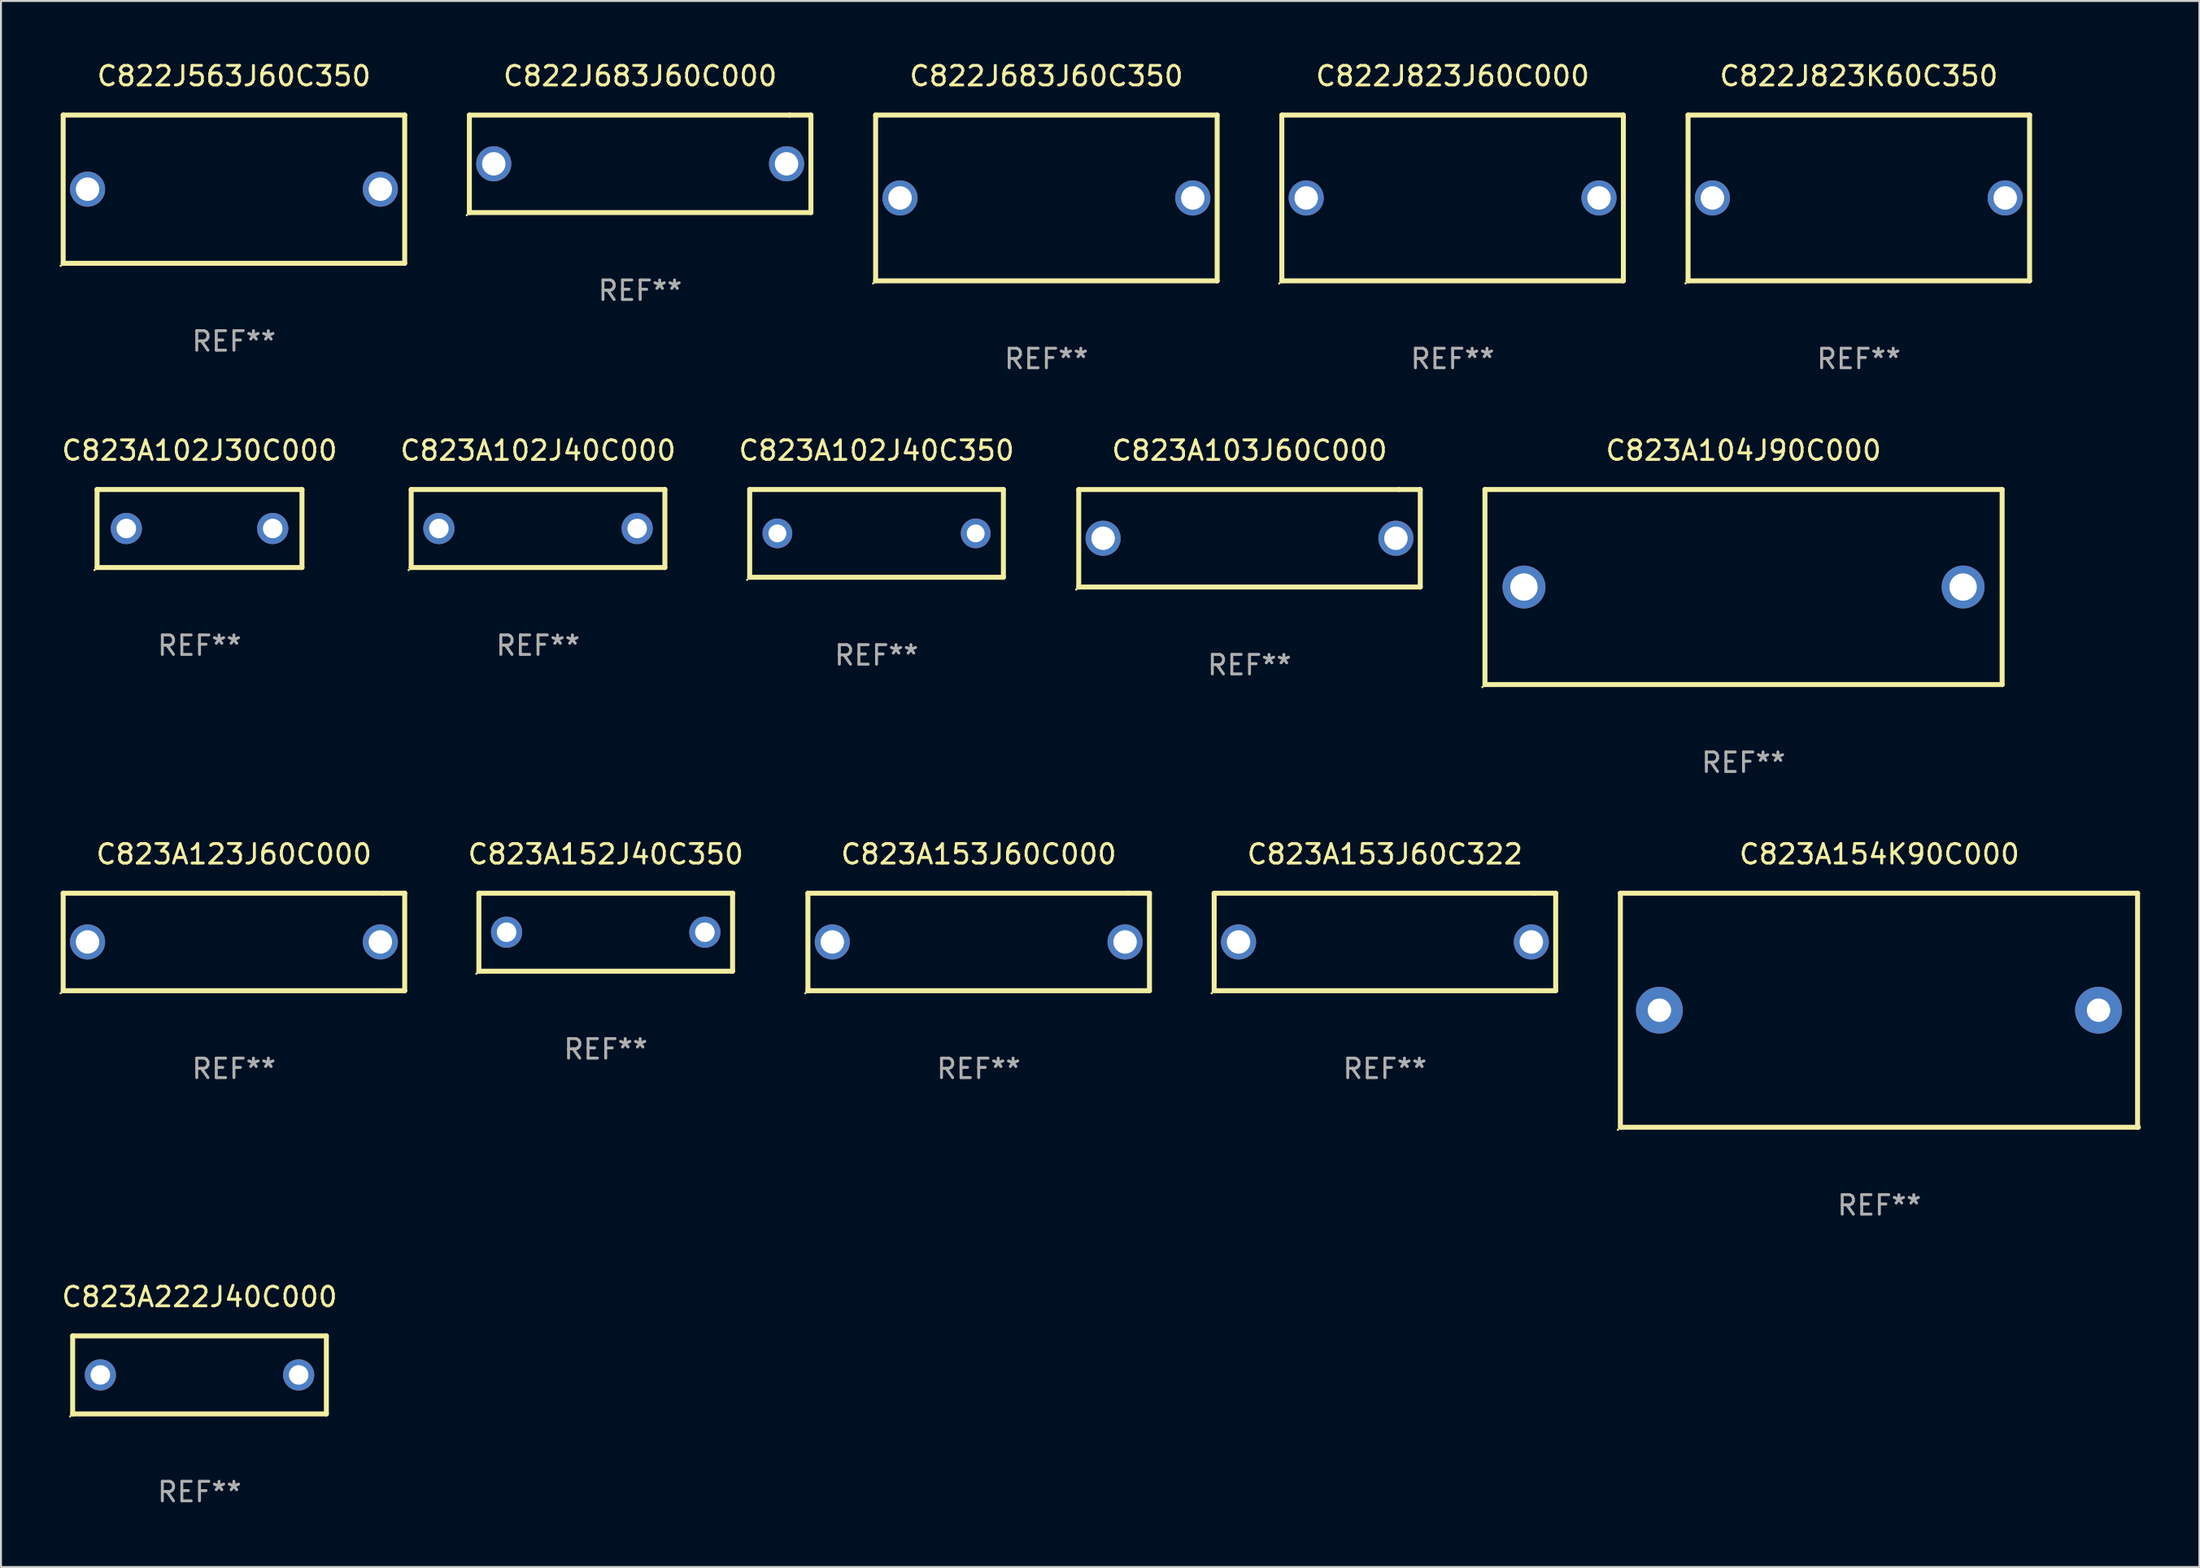
<source format=kicad_pcb>
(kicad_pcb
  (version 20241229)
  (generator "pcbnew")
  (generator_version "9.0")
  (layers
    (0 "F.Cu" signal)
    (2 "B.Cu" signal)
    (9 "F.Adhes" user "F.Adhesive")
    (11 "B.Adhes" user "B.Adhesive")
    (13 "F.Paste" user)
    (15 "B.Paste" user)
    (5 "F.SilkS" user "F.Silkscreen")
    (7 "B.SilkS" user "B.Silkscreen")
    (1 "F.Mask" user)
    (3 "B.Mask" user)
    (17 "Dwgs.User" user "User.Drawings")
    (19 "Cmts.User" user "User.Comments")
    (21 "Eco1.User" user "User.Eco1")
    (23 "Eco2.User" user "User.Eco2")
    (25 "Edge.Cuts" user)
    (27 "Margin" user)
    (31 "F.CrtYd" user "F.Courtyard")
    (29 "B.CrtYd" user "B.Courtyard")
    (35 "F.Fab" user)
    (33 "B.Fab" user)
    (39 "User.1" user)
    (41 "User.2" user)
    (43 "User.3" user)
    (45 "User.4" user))
  (footprint "C823A153J60C322"
    (layer "F.Cu")
    (at 67.912 45.241)
    (property "Reference" "C823A153J60C322" (at 0 -4.5 0) (layer "F.SilkS") (effects (font (size 1 1) (thickness 0.15))))
    (attr through_hole)
    (fp_line (start -8.75 -2.499) (end 7.653 -2.499) (stroke (width 0.254) (type solid)) (layer "F.SilkS"))
    (fp_line (start -8.75 2.5) (end -8.75 -2.5) (stroke (width 0.254) (type solid)) (layer "F.SilkS"))
    (fp_line (start 7.653 -2.499) (end 8.75 -2.499) (stroke (width 0.254) (type solid)) (layer "F.SilkS"))
    (fp_line (start 8.75 -2.5) (end 8.75 2.5) (stroke (width 0.254) (type solid)) (layer "F.SilkS"))
    (fp_line (start 8.75 2.5) (end -8.75 2.5) (stroke (width 0.254) (type solid)) (layer "F.SilkS"))
    (fp_circle (center -8.877 2.627) (end -8.847 2.627) (stroke (width 0.06) (type solid)) (fill no) (layer "F.SilkS"))
    (fp_text user "REF**" (at 0 6.5 0) (layer "F.Fab") (effects (font (size 1 1) (thickness 0.15))))
    (pad "1" thru_hole circle (at -7.501 0) (size 1.8 1.8) (drill 1.2) (layers "*.Cu" "*.Mask"))
    (pad "2" thru_hole circle (at 7.501 0) (size 1.8 1.8) (drill 1.2) (layers "*.Cu" "*.Mask")))
  (footprint "C823A102J40C000"
    (layer "F.Cu")
    (at 24.518 24.045)
    (property "Reference" "C823A102J40C000" (at 0 -4 0) (layer "F.SilkS") (effects (font (size 1 1) (thickness 0.15))))
    (attr through_hole)
    (fp_line (start -6.5 -2) (end 6.5 -2) (stroke (width 0.254) (type solid)) (layer "F.SilkS"))
    (fp_line (start -6.5 2) (end -6.5 -2) (stroke (width 0.254) (type solid)) (layer "F.SilkS"))
    (fp_line (start 6.5 -2) (end 6.5 2) (stroke (width 0.254) (type solid)) (layer "F.SilkS"))
    (fp_line (start 6.5 2) (end -6.5 2) (stroke (width 0.254) (type solid)) (layer "F.SilkS"))
    (fp_circle (center -6.627 2.127) (end -6.597 2.127) (stroke (width 0.06) (type solid)) (fill no) (layer "F.SilkS"))
    (fp_text user "REF**" (at 0 6 0) (layer "F.Fab") (effects (font (size 1 1) (thickness 0.15))))
    (pad "1" thru_hole circle (at -5.08 0) (size 1.6 1.6) (drill 1) (layers "*.Cu" "*.Mask"))
    (pad "2" thru_hole circle (at 5.08 0) (size 1.6 1.6) (drill 1) (layers "*.Cu" "*.Mask")))
  (footprint "C823A123J60C000"
    (layer "F.Cu")
    (at 8.937 45.241)
    (property "Reference" "C823A123J60C000" (at 0 -4.5 0) (layer "F.SilkS") (effects (font (size 1 1) (thickness 0.15))))
    (attr through_hole)
    (fp_line (start -8.75 -2.499) (end 7.653 -2.499) (stroke (width 0.254) (type solid)) (layer "F.SilkS"))
    (fp_line (start -8.75 2.5) (end -8.75 -2.5) (stroke (width 0.254) (type solid)) (layer "F.SilkS"))
    (fp_line (start 7.653 -2.499) (end 8.75 -2.499) (stroke (width 0.254) (type solid)) (layer "F.SilkS"))
    (fp_line (start 8.75 -2.5) (end 8.75 2.5) (stroke (width 0.254) (type solid)) (layer "F.SilkS"))
    (fp_line (start 8.75 2.5) (end -8.75 2.5) (stroke (width 0.254) (type solid)) (layer "F.SilkS"))
    (fp_circle (center -8.877 2.627) (end -8.847 2.627) (stroke (width 0.06) (type solid)) (fill no) (layer "F.SilkS"))
    (fp_text user "REF**" (at 0 6.5 0) (layer "F.Fab") (effects (font (size 1 1) (thickness 0.15))))
    (pad "1" thru_hole circle (at -7.501 0) (size 1.8 1.8) (drill 1.2) (layers "*.Cu" "*.Mask"))
    (pad "2" thru_hole circle (at 7.501 0) (size 1.8 1.8) (drill 1.2) (layers "*.Cu" "*.Mask")))
  (footprint "C823A222J40C000"
    (layer "F.Cu")
    (at 7.173 67.438)
    (property "Reference" "C823A222J40C000" (at 0 -4 0) (layer "F.SilkS") (effects (font (size 1 1) (thickness 0.15))))
    (attr through_hole)
    (fp_line (start -6.5 -2) (end 6.5 -2) (stroke (width 0.254) (type solid)) (layer "F.SilkS"))
    (fp_line (start -6.5 2) (end -6.5 -2) (stroke (width 0.254) (type solid)) (layer "F.SilkS"))
    (fp_line (start 6.5 -2) (end 6.5 2) (stroke (width 0.254) (type solid)) (layer "F.SilkS"))
    (fp_line (start 6.5 2) (end -6.5 2) (stroke (width 0.254) (type solid)) (layer "F.SilkS"))
    (fp_circle (center -6.627 2.127) (end -6.597 2.127) (stroke (width 0.06) (type solid)) (fill no) (layer "F.SilkS"))
    (fp_text user "REF**" (at 0 6 0) (layer "F.Fab") (effects (font (size 1 1) (thickness 0.15))))
    (pad "1" thru_hole circle (at -5.08 0) (size 1.6 1.6) (drill 1) (layers "*.Cu" "*.Mask"))
    (pad "2" thru_hole circle (at 5.08 0) (size 1.6 1.6) (drill 1) (layers "*.Cu" "*.Mask")))
  (footprint "C823A102J40C350"
    (layer "F.Cu")
    (at 41.863 24.295)
    (property "Reference" "C823A102J40C350" (at 0 -4.25 0) (layer "F.SilkS") (effects (font (size 1 1) (thickness 0.15))))
    (attr through_hole)
    (fp_line (start -6.5 -2.25) (end 6.5 -2.25) (stroke (width 0.254) (type solid)) (layer "F.SilkS"))
    (fp_line (start -6.5 2.25) (end -6.5 -2.25) (stroke (width 0.254) (type solid)) (layer "F.SilkS"))
    (fp_line (start 6.5 -2.25) (end 6.5 2.25) (stroke (width 0.254) (type solid)) (layer "F.SilkS"))
    (fp_line (start 6.5 2.25) (end -6.5 2.25) (stroke (width 0.254) (type solid)) (layer "F.SilkS"))
    (fp_circle (center -6.627 2.377) (end -6.597 2.377) (stroke (width 0.06) (type solid)) (fill no) (layer "F.SilkS"))
    (fp_text user "REF**" (at 0 6.25 0) (layer "F.Fab") (effects (font (size 1 1) (thickness 0.15))))
    (pad "1" thru_hole circle (at -5.08 0) (size 1.524 1.524) (drill 0.914) (layers "*.Cu" "*.Mask"))
    (pad "2" thru_hole circle (at 5.08 0) (size 1.524 1.524) (drill 0.914) (layers "*.Cu" "*.Mask")))
  (footprint "C822J823K60C350"
    (layer "F.Cu")
    (at 92.194 7.098)
    (property "Reference" "C822J823K60C350" (at 0 -6.25 0) (layer "F.SilkS") (effects (font (size 1 1) (thickness 0.15))))
    (attr through_hole)
    (fp_line (start -8.75 -4.25) (end 8.75 -4.25) (stroke (width 0.254) (type solid)) (layer "F.SilkS"))
    (fp_line (start -8.75 4.25) (end -8.75 -4.25) (stroke (width 0.254) (type solid)) (layer "F.SilkS"))
    (fp_line (start 8.75 -4.25) (end 8.75 4.25) (stroke (width 0.254) (type solid)) (layer "F.SilkS"))
    (fp_line (start 8.75 4.25) (end -8.75 4.25) (stroke (width 0.254) (type solid)) (layer "F.SilkS"))
    (fp_circle (center -8.877 4.377) (end -8.847 4.377) (stroke (width 0.06) (type solid)) (fill no) (layer "F.SilkS"))
    (fp_text user "REF**" (at 0 8.25 0) (layer "F.Fab") (effects (font (size 1 1) (thickness 0.15))))
    (pad "1" thru_hole circle (at -7.501 -0.000025) (size 1.8 1.8) (drill 1.2) (layers "*.Cu" "*.Mask"))
    (pad "2" thru_hole circle (at 7.501 -0.000025) (size 1.8 1.8) (drill 1.2) (layers "*.Cu" "*.Mask")))
  (footprint "C822J683J60C350"
    (layer "F.Cu")
    (at 50.566 7.098)
    (property "Reference" "C822J683J60C350" (at 0 -6.25 0) (layer "F.SilkS") (effects (font (size 1 1) (thickness 0.15))))
    (attr through_hole)
    (fp_line (start -8.75 -4.25) (end 8.75 -4.25) (stroke (width 0.254) (type solid)) (layer "F.SilkS"))
    (fp_line (start -8.75 4.25) (end -8.75 -4.25) (stroke (width 0.254) (type solid)) (layer "F.SilkS"))
    (fp_line (start 8.75 -4.25) (end 8.75 4.25) (stroke (width 0.254) (type solid)) (layer "F.SilkS"))
    (fp_line (start 8.75 4.25) (end -8.75 4.25) (stroke (width 0.254) (type solid)) (layer "F.SilkS"))
    (fp_circle (center -8.877 4.377) (end -8.847 4.377) (stroke (width 0.06) (type solid)) (fill no) (layer "F.SilkS"))
    (fp_text user "REF**" (at 0 8.25 0) (layer "F.Fab") (effects (font (size 1 1) (thickness 0.15))))
    (pad "1" thru_hole circle (at -7.501 -0.000025) (size 1.8 1.8) (drill 1.2) (layers "*.Cu" "*.Mask"))
    (pad "2" thru_hole circle (at 7.501 -0.000025) (size 1.8 1.8) (drill 1.2) (layers "*.Cu" "*.Mask")))
  (footprint "C822J563J60C350"
    (layer "F.Cu")
    (at 8.937 6.648)
    (property "Reference" "C822J563J60C350" (at 0 -5.8 0) (layer "F.SilkS") (effects (font (size 1 1) (thickness 0.15))))
    (attr through_hole)
    (fp_line (start -8.75 -3.8) (end 8.75 -3.8) (stroke (width 0.254) (type solid)) (layer "F.SilkS"))
    (fp_line (start -8.75 3.8) (end -8.75 -3.8) (stroke (width 0.254) (type solid)) (layer "F.SilkS"))
    (fp_line (start 8.75 -3.8) (end 8.75 3.8) (stroke (width 0.254) (type solid)) (layer "F.SilkS"))
    (fp_line (start 8.75 3.8) (end -8.75 3.8) (stroke (width 0.254) (type solid)) (layer "F.SilkS"))
    (fp_circle (center -8.877 3.927) (end -8.847 3.927) (stroke (width 0.06) (type solid)) (fill no) (layer "F.SilkS"))
    (fp_text user "REF**" (at 0 7.8 0) (layer "F.Fab") (effects (font (size 1 1) (thickness 0.15))))
    (pad "1" thru_hole circle (at -7.501 0) (size 1.8 1.8) (drill 1.2) (layers "*.Cu" "*.Mask"))
    (pad "2" thru_hole circle (at 7.501 0) (size 1.8 1.8) (drill 1.2) (layers "*.Cu" "*.Mask")))
  (footprint "C822J683J60C000"
    (layer "F.Cu")
    (at 29.751 5.348)
    (property "Reference" "C822J683J60C000" (at 0 -4.5 0) (layer "F.SilkS") (effects (font (size 1 1) (thickness 0.15))))
    (attr through_hole)
    (fp_line (start -8.75 -2.499) (end 7.653 -2.499) (stroke (width 0.254) (type solid)) (layer "F.SilkS"))
    (fp_line (start -8.75 2.5) (end -8.75 -2.5) (stroke (width 0.254) (type solid)) (layer "F.SilkS"))
    (fp_line (start 7.653 -2.499) (end 8.75 -2.499) (stroke (width 0.254) (type solid)) (layer "F.SilkS"))
    (fp_line (start 8.75 -2.5) (end 8.75 2.5) (stroke (width 0.254) (type solid)) (layer "F.SilkS"))
    (fp_line (start 8.75 2.5) (end -8.75 2.5) (stroke (width 0.254) (type solid)) (layer "F.SilkS"))
    (fp_circle (center -8.877 2.627) (end -8.847 2.627) (stroke (width 0.06) (type solid)) (fill no) (layer "F.SilkS"))
    (fp_text user "REF**" (at 0 6.5 0) (layer "F.Fab") (effects (font (size 1 1) (thickness 0.15))))
    (pad "1" thru_hole circle (at -7.501 0) (size 1.8 1.8) (drill 1.2) (layers "*.Cu" "*.Mask"))
    (pad "2" thru_hole circle (at 7.501 0) (size 1.8 1.8) (drill 1.2) (layers "*.Cu" "*.Mask")))
  (footprint "C823A104J90C000"
    (layer "F.Cu")
    (at 86.287 27.045)
    (property "Reference" "C823A104J90C000" (at 0 -7 0) (layer "F.SilkS") (effects (font (size 1 1) (thickness 0.15))))
    (attr through_hole)
    (fp_line (start -13.25 -5) (end 13.25 -5) (stroke (width 0.254) (type solid)) (layer "F.SilkS"))
    (fp_line (start -13.25 5) (end -13.25 -5) (stroke (width 0.254) (type solid)) (layer "F.SilkS"))
    (fp_line (start 13.25 -5) (end 13.25 5) (stroke (width 0.254) (type solid)) (layer "F.SilkS"))
    (fp_line (start 13.25 5) (end -13.25 5) (stroke (width 0.254) (type solid)) (layer "F.SilkS"))
    (fp_circle (center -13.377 5.127) (end -13.347 5.127) (stroke (width 0.06) (type solid)) (fill no) (layer "F.SilkS"))
    (fp_text user "REF**" (at 0 9 0) (layer "F.Fab") (effects (font (size 1 1) (thickness 0.15))))
    (pad "1" thru_hole circle (at -11.25 0) (size 2.2 2.2) (drill 1.4) (layers "*.Cu" "*.Mask"))
    (pad "2" thru_hole circle (at 11.25 0) (size 2.2 2.2) (drill 1.4) (layers "*.Cu" "*.Mask")))
  (footprint "C822J823J60C000"
    (layer "F.Cu")
    (at 71.38 7.098)
    (property "Reference" "C822J823J60C000" (at 0 -6.25 0) (layer "F.SilkS") (effects (font (size 1 1) (thickness 0.15))))
    (attr through_hole)
    (fp_line (start -8.75 -4.25) (end 8.75 -4.25) (stroke (width 0.254) (type solid)) (layer "F.SilkS"))
    (fp_line (start -8.75 4.25) (end -8.75 -4.25) (stroke (width 0.254) (type solid)) (layer "F.SilkS"))
    (fp_line (start 8.75 -4.25) (end 8.75 4.25) (stroke (width 0.254) (type solid)) (layer "F.SilkS"))
    (fp_line (start 8.75 4.25) (end -8.75 4.25) (stroke (width 0.254) (type solid)) (layer "F.SilkS"))
    (fp_circle (center -8.877 4.377) (end -8.847 4.377) (stroke (width 0.06) (type solid)) (fill no) (layer "F.SilkS"))
    (fp_text user "REF**" (at 0 8.25 0) (layer "F.Fab") (effects (font (size 1 1) (thickness 0.15))))
    (pad "1" thru_hole circle (at -7.501 -0.000025) (size 1.8 1.8) (drill 1.2) (layers "*.Cu" "*.Mask"))
    (pad "2" thru_hole circle (at 7.501 -0.000025) (size 1.8 1.8) (drill 1.2) (layers "*.Cu" "*.Mask")))
  (footprint "C823A154K90C000"
    (layer "F.Cu")
    (at 93.247 48.741)
    (property "Reference" "C823A154K90C000" (at 0 -8 0) (layer "F.SilkS") (effects (font (size 1 1) (thickness 0.15))))
    (attr through_hole)
    (fp_line (start -13.271 -6) (end 13.229 -6) (stroke (width 0.254) (type solid)) (layer "F.SilkS"))
    (fp_line (start -13.271 6) (end -13.271 -6) (stroke (width 0.254) (type solid)) (layer "F.SilkS"))
    (fp_line (start 13.229 -6) (end 13.229 6) (stroke (width 0.254) (type solid)) (layer "F.SilkS"))
    (fp_line (start 13.271 6) (end -13.229 6) (stroke (width 0.254) (type solid)) (layer "F.SilkS"))
    (fp_circle (center -13.398 6.127) (end -13.368 6.127) (stroke (width 0.06) (type solid)) (fill no) (layer "F.SilkS"))
    (fp_text user "REF**" (at 0 10 0) (layer "F.Fab") (effects (font (size 1 1) (thickness 0.15))))
    (pad "1" thru_hole circle (at -11.271 0) (size 2.4 2.4) (drill 1.2) (layers "*.Cu" "*.Mask"))
    (pad "2" thru_hole circle (at 11.229 0) (size 2.4 2.4) (drill 1.2) (layers "*.Cu" "*.Mask")))
  (footprint "C823A103J60C000"
    (layer "F.Cu")
    (at 60.973 24.545)
    (property "Reference" "C823A103J60C000" (at 0 -4.5 0) (layer "F.SilkS") (effects (font (size 1 1) (thickness 0.15))))
    (attr through_hole)
    (fp_line (start -8.75 -2.499) (end 7.653 -2.499) (stroke (width 0.254) (type solid)) (layer "F.SilkS"))
    (fp_line (start -8.75 2.5) (end -8.75 -2.5) (stroke (width 0.254) (type solid)) (layer "F.SilkS"))
    (fp_line (start 7.653 -2.499) (end 8.75 -2.499) (stroke (width 0.254) (type solid)) (layer "F.SilkS"))
    (fp_line (start 8.75 -2.5) (end 8.75 2.5) (stroke (width 0.254) (type solid)) (layer "F.SilkS"))
    (fp_line (start 8.75 2.5) (end -8.75 2.5) (stroke (width 0.254) (type solid)) (layer "F.SilkS"))
    (fp_circle (center -8.877 2.627) (end -8.847 2.627) (stroke (width 0.06) (type solid)) (fill no) (layer "F.SilkS"))
    (fp_text user "REF**" (at 0 6.5 0) (layer "F.Fab") (effects (font (size 1 1) (thickness 0.15))))
    (pad "1" thru_hole circle (at -7.501 0) (size 1.8 1.8) (drill 1.2) (layers "*.Cu" "*.Mask"))
    (pad "2" thru_hole circle (at 7.501 0) (size 1.8 1.8) (drill 1.2) (layers "*.Cu" "*.Mask")))
  (footprint "C823A153J60C000"
    (layer "F.Cu")
    (at 47.097 45.241)
    (property "Reference" "C823A153J60C000" (at 0 -4.5 0) (layer "F.SilkS") (effects (font (size 1 1) (thickness 0.15))))
    (attr through_hole)
    (fp_line (start -8.75 -2.499) (end 7.653 -2.499) (stroke (width 0.254) (type solid)) (layer "F.SilkS"))
    (fp_line (start -8.75 2.5) (end -8.75 -2.5) (stroke (width 0.254) (type solid)) (layer "F.SilkS"))
    (fp_line (start 7.653 -2.499) (end 8.75 -2.499) (stroke (width 0.254) (type solid)) (layer "F.SilkS"))
    (fp_line (start 8.75 -2.5) (end 8.75 2.5) (stroke (width 0.254) (type solid)) (layer "F.SilkS"))
    (fp_line (start 8.75 2.5) (end -8.75 2.5) (stroke (width 0.254) (type solid)) (layer "F.SilkS"))
    (fp_circle (center -8.877 2.627) (end -8.847 2.627) (stroke (width 0.06) (type solid)) (fill no) (layer "F.SilkS"))
    (fp_text user "REF**" (at 0 6.5 0) (layer "F.Fab") (effects (font (size 1 1) (thickness 0.15))))
    (pad "1" thru_hole circle (at -7.501 0) (size 1.8 1.8) (drill 1.2) (layers "*.Cu" "*.Mask"))
    (pad "2" thru_hole circle (at 7.501 0) (size 1.8 1.8) (drill 1.2) (layers "*.Cu" "*.Mask")))
  (footprint "C823A102J30C000"
    (layer "F.Cu")
    (at 7.173 24.045)
    (property "Reference" "C823A102J30C000" (at 0 -4 0) (layer "F.SilkS") (effects (font (size 1 1) (thickness 0.15))))
    (attr through_hole)
    (fp_line (start -5.25 -2) (end 5.25 -2) (stroke (width 0.254) (type solid)) (layer "F.SilkS"))
    (fp_line (start -5.25 2) (end -5.25 -2) (stroke (width 0.254) (type solid)) (layer "F.SilkS"))
    (fp_line (start 5.25 -2) (end 5.25 2) (stroke (width 0.254) (type solid)) (layer "F.SilkS"))
    (fp_line (start 5.25 2) (end -5.25 2) (stroke (width 0.254) (type solid)) (layer "F.SilkS"))
    (fp_circle (center -5.377 2.127) (end -5.347 2.127) (stroke (width 0.06) (type solid)) (fill no) (layer "F.SilkS"))
    (fp_text user "REF**" (at 0 6 0) (layer "F.Fab") (effects (font (size 1 1) (thickness 0.15))))
    (pad "1" thru_hole circle (at -3.75 0) (size 1.6 1.6) (drill 1) (layers "*.Cu" "*.Mask"))
    (pad "2" thru_hole circle (at 3.75 0) (size 1.6 1.6) (drill 1) (layers "*.Cu" "*.Mask")))
  (footprint "C823A152J40C350"
    (layer "F.Cu")
    (at 27.987 44.741)
    (property "Reference" "C823A152J40C350" (at 0 -4 0) (layer "F.SilkS") (effects (font (size 1 1) (thickness 0.15))))
    (attr through_hole)
    (fp_line (start -6.5 -2) (end 6.5 -2) (stroke (width 0.254) (type solid)) (layer "F.SilkS"))
    (fp_line (start -6.5 2) (end -6.5 -2) (stroke (width 0.254) (type solid)) (layer "F.SilkS"))
    (fp_line (start 6.5 -2) (end 6.5 2) (stroke (width 0.254) (type solid)) (layer "F.SilkS"))
    (fp_line (start 6.5 2) (end -6.5 2) (stroke (width 0.254) (type solid)) (layer "F.SilkS"))
    (fp_circle (center -6.627 2.127) (end -6.597 2.127) (stroke (width 0.06) (type solid)) (fill no) (layer "F.SilkS"))
    (fp_text user "REF**" (at 0 6 0) (layer "F.Fab") (effects (font (size 1 1) (thickness 0.15))))
    (pad "1" thru_hole circle (at -5.08 0) (size 1.6 1.6) (drill 1) (layers "*.Cu" "*.Mask"))
    (pad "2" thru_hole circle (at 5.08 0) (size 1.6 1.6) (drill 1) (layers "*.Cu" "*.Mask")))
  (gr_rect
    (start -3 -3)
    (end 109.645 77.286)
    (stroke (width 0.1) (type default))
    (fill no)
    (layer "Edge.Cuts")))
</source>
